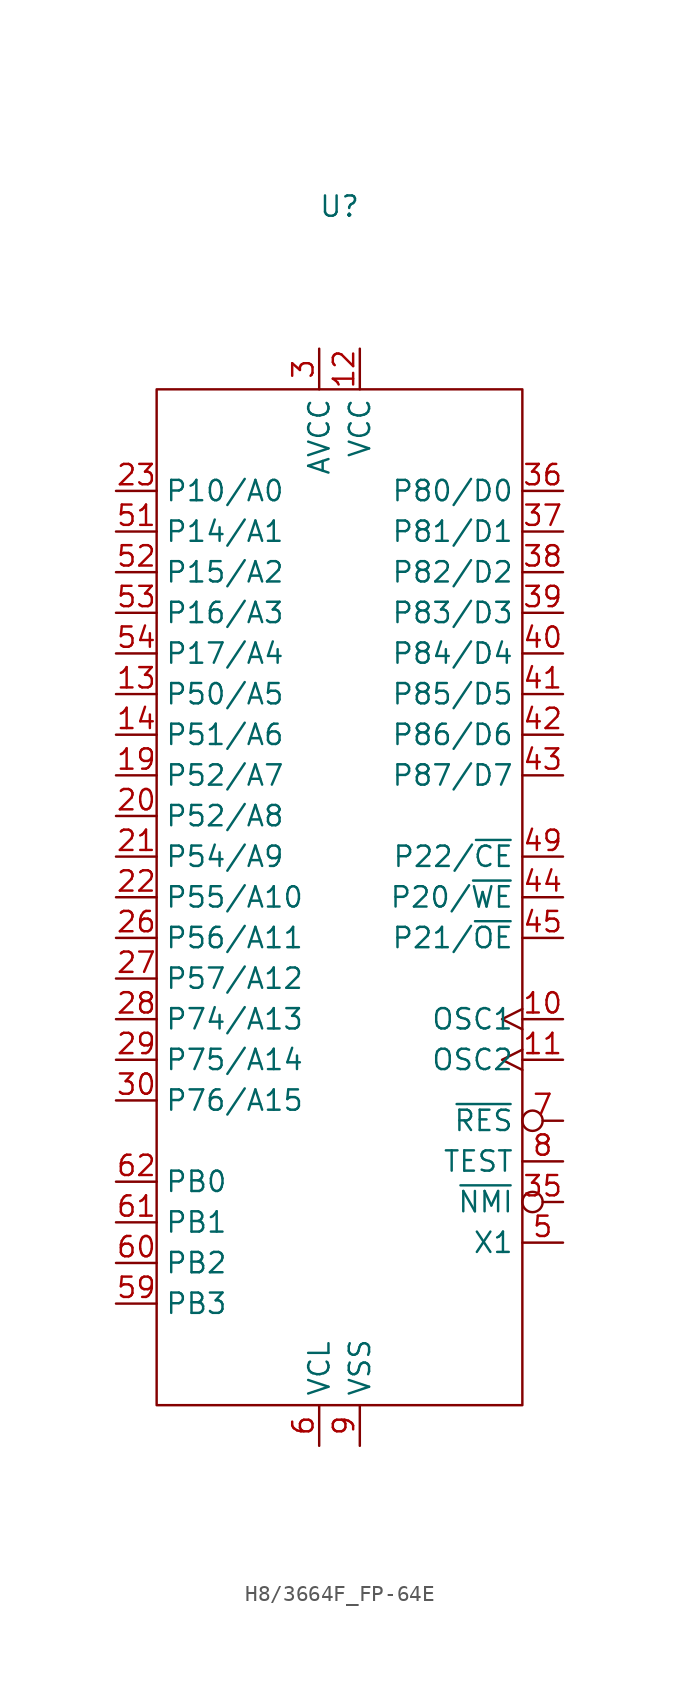
<source format=kicad_sym>
(kicad_symbol_lib
  (version 20220914)
  (generator kicad_symbol_editor)
  (symbol "H8/3664F_FP-64E"
    (property "Reference" "U"
      (at 0 10.16 0)
      (effects (font (size 1.27 1.27))))
    (property "Value" ""
      (at 0 -5.08 0)
      (effects (font (size 1.27 1.27))))
    (symbol "H8/3664F_FP-64E_0_0"
      (pin input clock (at 13.97 -40.64 180) (length 2.54) (name "OSC1" (effects (font (size 1.27 1.27)))) (number "10" (effects (font (size 1.27 1.27)))))
      (pin output clock (at 13.97 -43.18 180) (length 2.54) (name "OSC2" (effects (font (size 1.27 1.27)))) (number "11" (effects (font (size 1.27 1.27)))))
      (pin power_in line (at 1.27 1.27 270) (length 2.54) (name "VCC" (effects (font (size 1.27 1.27)))) (number "12" (effects (font (size 1.27 1.27)))))
      (pin bidirectional line (at -13.97 -20.32 0) (length 2.54) (name "P50/A5" (effects (font (size 1.27 1.27)))) (number "13" (effects (font (size 1.27 1.27)))))
      (pin bidirectional line (at -13.97 -22.86 0) (length 2.54) (name "P51/A6" (effects (font (size 1.27 1.27)))) (number "14" (effects (font (size 1.27 1.27)))))
      (pin bidirectional line (at -13.97 -25.4 0) (length 2.54) (name "P52/A7" (effects (font (size 1.27 1.27)))) (number "19" (effects (font (size 1.27 1.27)))))
      (pin bidirectional line (at -13.97 -27.94 0) (length 2.54) (name "P52/A8" (effects (font (size 1.27 1.27)))) (number "20" (effects (font (size 1.27 1.27)))))
      (pin bidirectional line (at -13.97 -30.48 0) (length 2.54) (name "P54/A9" (effects (font (size 1.27 1.27)))) (number "21" (effects (font (size 1.27 1.27)))))
      (pin bidirectional line (at -13.97 -33.02 0) (length 2.54) (name "P55/A10" (effects (font (size 1.27 1.27)))) (number "22" (effects (font (size 1.27 1.27)))))
      (pin bidirectional line (at -13.97 -7.62 0) (length 2.54) (name "P10/A0" (effects (font (size 1.27 1.27)))) (number "23" (effects (font (size 1.27 1.27)))))
      (pin bidirectional line (at -13.97 -35.56 0) (length 2.54) (name "P56/A11" (effects (font (size 1.27 1.27)))) (number "26" (effects (font (size 1.27 1.27)))))
      (pin bidirectional line (at -13.97 -38.1 0) (length 2.54) (name "P57/A12" (effects (font (size 1.27 1.27)))) (number "27" (effects (font (size 1.27 1.27)))))
      (pin bidirectional line (at -13.97 -40.64 0) (length 2.54) (name "P74/A13" (effects (font (size 1.27 1.27)))) (number "28" (effects (font (size 1.27 1.27)))))
      (pin bidirectional line (at -13.97 -43.18 0) (length 2.54) (name "P75/A14" (effects (font (size 1.27 1.27)))) (number "29" (effects (font (size 1.27 1.27)))))
      (pin power_in line (at -1.27 1.27 270) (length 2.54) (name "AVCC" (effects (font (size 1.27 1.27)))) (number "3" (effects (font (size 1.27 1.27)))))
      (pin bidirectional line (at -13.97 -45.72 0) (length 2.54) (name "P76/A15" (effects (font (size 1.27 1.27)))) (number "30" (effects (font (size 1.27 1.27)))))
      (pin input inverted (at 13.97 -52.07 180) (length 2.54) (name "~{NMI}" (effects (font (size 1.27 1.27)))) (number "35" (effects (font (size 1.27 1.27)))))
      (pin bidirectional line (at 13.97 -7.62 180) (length 2.54) (name "P80/D0" (effects (font (size 1.27 1.27)))) (number "36" (effects (font (size 1.27 1.27)))))
      (pin bidirectional line (at 13.97 -10.16 180) (length 2.54) (name "P81/D1" (effects (font (size 1.27 1.27)))) (number "37" (effects (font (size 1.27 1.27)))))
      (pin bidirectional line (at 13.97 -12.7 180) (length 2.54) (name "P82/D2" (effects (font (size 1.27 1.27)))) (number "38" (effects (font (size 1.27 1.27)))))
      (pin bidirectional line (at 13.97 -15.24 180) (length 2.54) (name "P83/D3" (effects (font (size 1.27 1.27)))) (number "39" (effects (font (size 1.27 1.27)))))
      (pin bidirectional line (at 13.97 -17.78 180) (length 2.54) (name "P84/D4" (effects (font (size 1.27 1.27)))) (number "40" (effects (font (size 1.27 1.27)))))
      (pin bidirectional line (at 13.97 -20.32 180) (length 2.54) (name "P85/D5" (effects (font (size 1.27 1.27)))) (number "41" (effects (font (size 1.27 1.27)))))
      (pin bidirectional line (at 13.97 -22.86 180) (length 2.54) (name "P86/D6" (effects (font (size 1.27 1.27)))) (number "42" (effects (font (size 1.27 1.27)))))
      (pin bidirectional line (at 13.97 -25.4 180) (length 2.54) (name "P87/D7" (effects (font (size 1.27 1.27)))) (number "43" (effects (font (size 1.27 1.27)))))
      (pin bidirectional line (at 13.97 -33.02 180) (length 2.54) (name "P20/~{WE}" (effects (font (size 1.27 1.27)))) (number "44" (effects (font (size 1.27 1.27)))))
      (pin bidirectional line (at 13.97 -35.56 180) (length 2.54) (name "P21/~{OE}" (effects (font (size 1.27 1.27)))) (number "45" (effects (font (size 1.27 1.27)))))
      (pin bidirectional line (at 13.97 -30.48 180) (length 2.54) (name "P22/~{CE}" (effects (font (size 1.27 1.27)))) (number "49" (effects (font (size 1.27 1.27)))))
      (pin bidirectional line (at 13.97 -54.61 180) (length 2.54) (name "X1" (effects (font (size 1.27 1.27)))) (number "5" (effects (font (size 1.27 1.27)))))
      (pin bidirectional line (at -13.97 -10.16 0) (length 2.54) (name "P14/A1" (effects (font (size 1.27 1.27)))) (number "51" (effects (font (size 1.27 1.27)))))
      (pin bidirectional line (at -13.97 -12.7 0) (length 2.54) (name "P15/A2" (effects (font (size 1.27 1.27)))) (number "52" (effects (font (size 1.27 1.27)))))
      (pin bidirectional line (at -13.97 -15.24 0) (length 2.54) (name "P16/A3" (effects (font (size 1.27 1.27)))) (number "53" (effects (font (size 1.27 1.27)))))
      (pin bidirectional line (at -13.97 -17.78 0) (length 2.54) (name "P17/A4" (effects (font (size 1.27 1.27)))) (number "54" (effects (font (size 1.27 1.27)))))
      (pin bidirectional line (at -13.97 -58.42 0) (length 2.54) (name "PB3" (effects (font (size 1.27 1.27)))) (number "59" (effects (font (size 1.27 1.27)))))
      (pin power_in line (at -1.27 -67.31 90) (length 2.54) (name "VCL" (effects (font (size 1.27 1.27)))) (number "6" (effects (font (size 1.27 1.27)))))
      (pin bidirectional line (at -13.97 -55.88 0) (length 2.54) (name "PB2" (effects (font (size 1.27 1.27)))) (number "60" (effects (font (size 1.27 1.27)))))
      (pin bidirectional line (at -13.97 -53.34 0) (length 2.54) (name "PB1" (effects (font (size 1.27 1.27)))) (number "61" (effects (font (size 1.27 1.27)))))
      (pin bidirectional line (at -13.97 -50.8 0) (length 2.54) (name "PB0" (effects (font (size 1.27 1.27)))) (number "62" (effects (font (size 1.27 1.27)))))
      (pin input inverted (at 13.97 -46.99 180) (length 2.54) (name "~{RES}" (effects (font (size 1.27 1.27)))) (number "7" (effects (font (size 1.27 1.27)))))
      (pin bidirectional line (at 13.97 -49.53 180) (length 2.54) (name "TEST" (effects (font (size 1.27 1.27)))) (number "8" (effects (font (size 1.27 1.27)))))
      (pin power_in line (at 1.27 -67.31 90) (length 2.54) (name "VSS" (effects (font (size 1.27 1.27)))) (number "9" (effects (font (size 1.27 1.27))))))
    (symbol "H8/3664F_FP-64E_0_1"
      (rectangle (start -11.43 -1.27) (end 11.43 -64.77) (stroke (width 0) (type default)) (fill (type none))))))
</source>
